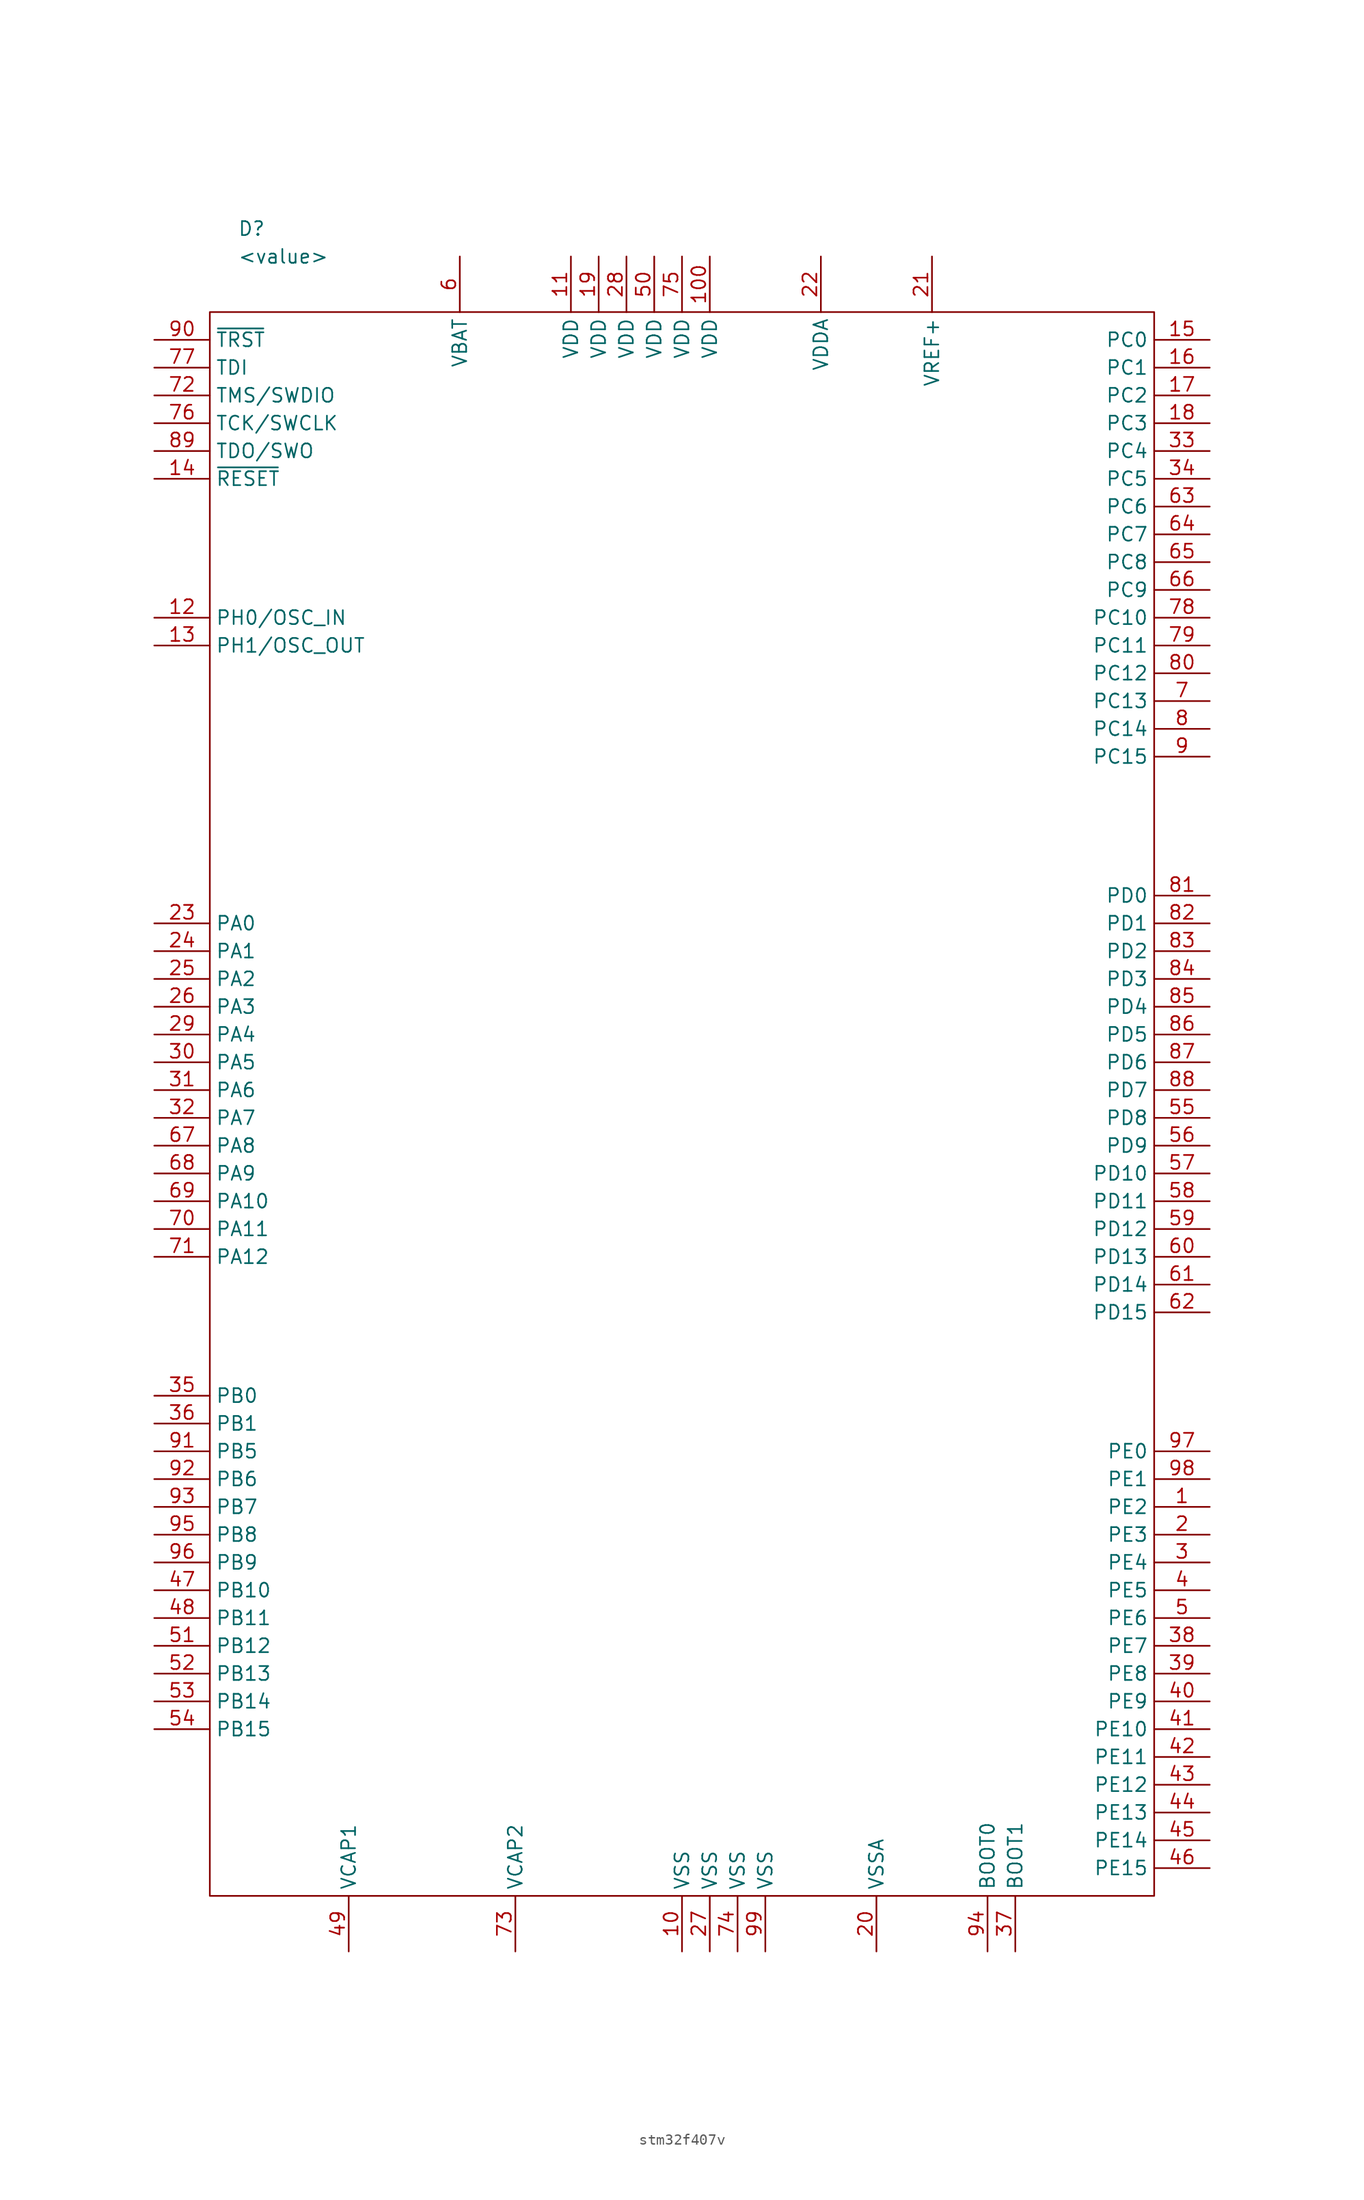
<source format=kicad_sym>
(kicad_symbol_lib
  (version 20231120)
  (generator "kicad_symbol_editor")
  (generator_version "8.0")
  (symbol "stm32f407v"
    (property "Reference" "D"
      (at 7.62 7.62 0)
      (effects (font (size 1.27 1.27)) (justify left)))
    (property "Value" "<value>"
      (at 7.62 5.08 0)
      (effects (font (size 1.27 1.27)) (justify left)))
    (symbol "stm32f407v_0_1"
      (rectangle (start 5.08 0) (end 91.44 -144.78) (stroke (width 0) (type default)) (fill (type none))))
    (symbol "stm32f407v_1_1"
      (pin passive line (at 96.52 -109.22 180) (length 5.08) (name "PE2" (effects (font (size 1.27 1.27)))) (number "1" (effects (font (size 1.27 1.27)))))
      (pin power_in line (at 48.26 -149.86 90) (length 5.08) (name "VSS" (effects (font (size 1.27 1.27)))) (number "10" (effects (font (size 1.27 1.27)))))
      (pin power_in line (at 50.8 5.08 270) (length 5.08) (name "VDD" (effects (font (size 1.27 1.27)))) (number "100" (effects (font (size 1.27 1.27)))))
      (pin power_in line (at 38.1 5.08 270) (length 5.08) (name "VDD" (effects (font (size 1.27 1.27)))) (number "11" (effects (font (size 1.27 1.27)))))
      (pin input line (at 0 -27.94 0) (length 5.08) (name "PH0/OSC_IN" (effects (font (size 1.27 1.27)))) (number "12" (effects (font (size 1.27 1.27)))))
      (pin output line (at 0 -30.48 0) (length 5.08) (name "PH1/OSC_OUT" (effects (font (size 1.27 1.27)))) (number "13" (effects (font (size 1.27 1.27)))))
      (pin bidirectional line (at 0 -15.24 0) (length 5.08) (name "~{RESET}" (effects (font (size 1.27 1.27)))) (number "14" (effects (font (size 1.27 1.27)))))
      (pin passive line (at 96.52 -2.54 180) (length 5.08) (name "PC0" (effects (font (size 1.27 1.27)))) (number "15" (effects (font (size 1.27 1.27)))))
      (pin passive line (at 96.52 -5.08 180) (length 5.08) (name "PC1" (effects (font (size 1.27 1.27)))) (number "16" (effects (font (size 1.27 1.27)))))
      (pin passive line (at 96.52 -7.62 180) (length 5.08) (name "PC2" (effects (font (size 1.27 1.27)))) (number "17" (effects (font (size 1.27 1.27)))))
      (pin passive line (at 96.52 -10.16 180) (length 5.08) (name "PC3" (effects (font (size 1.27 1.27)))) (number "18" (effects (font (size 1.27 1.27)))))
      (pin power_in line (at 40.64 5.08 270) (length 5.08) (name "VDD" (effects (font (size 1.27 1.27)))) (number "19" (effects (font (size 1.27 1.27)))))
      (pin passive line (at 96.52 -111.76 180) (length 5.08) (name "PE3" (effects (font (size 1.27 1.27)))) (number "2" (effects (font (size 1.27 1.27)))))
      (pin power_in line (at 66.04 -149.86 90) (length 5.08) (name "VSSA" (effects (font (size 1.27 1.27)))) (number "20" (effects (font (size 1.27 1.27)))))
      (pin input line (at 71.12 5.08 270) (length 5.08) (name "VREF+" (effects (font (size 1.27 1.27)))) (number "21" (effects (font (size 1.27 1.27)))))
      (pin power_in line (at 60.96 5.08 270) (length 5.08) (name "VDDA" (effects (font (size 1.27 1.27)))) (number "22" (effects (font (size 1.27 1.27)))))
      (pin passive line (at 0 -55.88 0) (length 5.08) (name "PA0" (effects (font (size 1.27 1.27)))) (number "23" (effects (font (size 1.27 1.27)))))
      (pin passive line (at 0 -58.42 0) (length 5.08) (name "PA1" (effects (font (size 1.27 1.27)))) (number "24" (effects (font (size 1.27 1.27)))))
      (pin passive line (at 0 -60.96 0) (length 5.08) (name "PA2" (effects (font (size 1.27 1.27)))) (number "25" (effects (font (size 1.27 1.27)))))
      (pin passive line (at 0 -63.5 0) (length 5.08) (name "PA3" (effects (font (size 1.27 1.27)))) (number "26" (effects (font (size 1.27 1.27)))))
      (pin power_in line (at 50.8 -149.86 90) (length 5.08) (name "VSS" (effects (font (size 1.27 1.27)))) (number "27" (effects (font (size 1.27 1.27)))))
      (pin power_in line (at 43.18 5.08 270) (length 5.08) (name "VDD" (effects (font (size 1.27 1.27)))) (number "28" (effects (font (size 1.27 1.27)))))
      (pin passive line (at 0 -66.04 0) (length 5.08) (name "PA4" (effects (font (size 1.27 1.27)))) (number "29" (effects (font (size 1.27 1.27)))))
      (pin passive line (at 96.52 -114.3 180) (length 5.08) (name "PE4" (effects (font (size 1.27 1.27)))) (number "3" (effects (font (size 1.27 1.27)))))
      (pin passive line (at 0 -68.58 0) (length 5.08) (name "PA5" (effects (font (size 1.27 1.27)))) (number "30" (effects (font (size 1.27 1.27)))))
      (pin passive line (at 0 -71.12 0) (length 5.08) (name "PA6" (effects (font (size 1.27 1.27)))) (number "31" (effects (font (size 1.27 1.27)))))
      (pin passive line (at 0 -73.66 0) (length 5.08) (name "PA7" (effects (font (size 1.27 1.27)))) (number "32" (effects (font (size 1.27 1.27)))))
      (pin passive line (at 96.52 -12.7 180) (length 5.08) (name "PC4" (effects (font (size 1.27 1.27)))) (number "33" (effects (font (size 1.27 1.27)))))
      (pin passive line (at 96.52 -15.24 180) (length 5.08) (name "PC5" (effects (font (size 1.27 1.27)))) (number "34" (effects (font (size 1.27 1.27)))))
      (pin passive line (at 0 -99.06 0) (length 5.08) (name "PB0" (effects (font (size 1.27 1.27)))) (number "35" (effects (font (size 1.27 1.27)))))
      (pin passive line (at 0 -101.6 0) (length 5.08) (name "PB1" (effects (font (size 1.27 1.27)))) (number "36" (effects (font (size 1.27 1.27)))))
      (pin input line (at 78.74 -149.86 90) (length 5.08) (name "BOOT1" (effects (font (size 1.27 1.27)))) (number "37" (effects (font (size 1.27 1.27)))))
      (pin passive line (at 96.52 -121.92 180) (length 5.08) (name "PE7" (effects (font (size 1.27 1.27)))) (number "38" (effects (font (size 1.27 1.27)))))
      (pin passive line (at 96.52 -124.46 180) (length 5.08) (name "PE8" (effects (font (size 1.27 1.27)))) (number "39" (effects (font (size 1.27 1.27)))))
      (pin passive line (at 96.52 -116.84 180) (length 5.08) (name "PE5" (effects (font (size 1.27 1.27)))) (number "4" (effects (font (size 1.27 1.27)))))
      (pin passive line (at 96.52 -127 180) (length 5.08) (name "PE9" (effects (font (size 1.27 1.27)))) (number "40" (effects (font (size 1.27 1.27)))))
      (pin passive line (at 96.52 -129.54 180) (length 5.08) (name "PE10" (effects (font (size 1.27 1.27)))) (number "41" (effects (font (size 1.27 1.27)))))
      (pin passive line (at 96.52 -132.08 180) (length 5.08) (name "PE11" (effects (font (size 1.27 1.27)))) (number "42" (effects (font (size 1.27 1.27)))))
      (pin passive line (at 96.52 -134.62 180) (length 5.08) (name "PE12" (effects (font (size 1.27 1.27)))) (number "43" (effects (font (size 1.27 1.27)))))
      (pin passive line (at 96.52 -137.16 180) (length 5.08) (name "PE13" (effects (font (size 1.27 1.27)))) (number "44" (effects (font (size 1.27 1.27)))))
      (pin passive line (at 96.52 -139.7 180) (length 5.08) (name "PE14" (effects (font (size 1.27 1.27)))) (number "45" (effects (font (size 1.27 1.27)))))
      (pin passive line (at 96.52 -142.24 180) (length 5.08) (name "PE15" (effects (font (size 1.27 1.27)))) (number "46" (effects (font (size 1.27 1.27)))))
      (pin passive line (at 0 -116.84 0) (length 5.08) (name "PB10" (effects (font (size 1.27 1.27)))) (number "47" (effects (font (size 1.27 1.27)))))
      (pin passive line (at 0 -119.38 0) (length 5.08) (name "PB11" (effects (font (size 1.27 1.27)))) (number "48" (effects (font (size 1.27 1.27)))))
      (pin passive line (at 17.78 -149.86 90) (length 5.08) (name "VCAP1" (effects (font (size 1.27 1.27)))) (number "49" (effects (font (size 1.27 1.27)))))
      (pin passive line (at 96.52 -119.38 180) (length 5.08) (name "PE6" (effects (font (size 1.27 1.27)))) (number "5" (effects (font (size 1.27 1.27)))))
      (pin power_in line (at 45.72 5.08 270) (length 5.08) (name "VDD" (effects (font (size 1.27 1.27)))) (number "50" (effects (font (size 1.27 1.27)))))
      (pin passive line (at 0 -121.92 0) (length 5.08) (name "PB12" (effects (font (size 1.27 1.27)))) (number "51" (effects (font (size 1.27 1.27)))))
      (pin passive line (at 0 -124.46 0) (length 5.08) (name "PB13" (effects (font (size 1.27 1.27)))) (number "52" (effects (font (size 1.27 1.27)))))
      (pin passive line (at 0 -127 0) (length 5.08) (name "PB14" (effects (font (size 1.27 1.27)))) (number "53" (effects (font (size 1.27 1.27)))))
      (pin passive line (at 0 -129.54 0) (length 5.08) (name "PB15" (effects (font (size 1.27 1.27)))) (number "54" (effects (font (size 1.27 1.27)))))
      (pin passive line (at 96.52 -73.66 180) (length 5.08) (name "PD8" (effects (font (size 1.27 1.27)))) (number "55" (effects (font (size 1.27 1.27)))))
      (pin passive line (at 96.52 -76.2 180) (length 5.08) (name "PD9" (effects (font (size 1.27 1.27)))) (number "56" (effects (font (size 1.27 1.27)))))
      (pin passive line (at 96.52 -78.74 180) (length 5.08) (name "PD10" (effects (font (size 1.27 1.27)))) (number "57" (effects (font (size 1.27 1.27)))))
      (pin passive line (at 96.52 -81.28 180) (length 5.08) (name "PD11" (effects (font (size 1.27 1.27)))) (number "58" (effects (font (size 1.27 1.27)))))
      (pin passive line (at 96.52 -83.82 180) (length 5.08) (name "PD12" (effects (font (size 1.27 1.27)))) (number "59" (effects (font (size 1.27 1.27)))))
      (pin power_in line (at 27.94 5.08 270) (length 5.08) (name "VBAT" (effects (font (size 1.27 1.27)))) (number "6" (effects (font (size 1.27 1.27)))))
      (pin passive line (at 96.52 -86.36 180) (length 5.08) (name "PD13" (effects (font (size 1.27 1.27)))) (number "60" (effects (font (size 1.27 1.27)))))
      (pin passive line (at 96.52 -88.9 180) (length 5.08) (name "PD14" (effects (font (size 1.27 1.27)))) (number "61" (effects (font (size 1.27 1.27)))))
      (pin passive line (at 96.52 -91.44 180) (length 5.08) (name "PD15" (effects (font (size 1.27 1.27)))) (number "62" (effects (font (size 1.27 1.27)))))
      (pin passive line (at 96.52 -17.78 180) (length 5.08) (name "PC6" (effects (font (size 1.27 1.27)))) (number "63" (effects (font (size 1.27 1.27)))))
      (pin passive line (at 96.52 -20.32 180) (length 5.08) (name "PC7" (effects (font (size 1.27 1.27)))) (number "64" (effects (font (size 1.27 1.27)))))
      (pin passive line (at 96.52 -22.86 180) (length 5.08) (name "PC8" (effects (font (size 1.27 1.27)))) (number "65" (effects (font (size 1.27 1.27)))))
      (pin passive line (at 96.52 -25.4 180) (length 5.08) (name "PC9" (effects (font (size 1.27 1.27)))) (number "66" (effects (font (size 1.27 1.27)))))
      (pin passive line (at 0 -76.2 0) (length 5.08) (name "PA8" (effects (font (size 1.27 1.27)))) (number "67" (effects (font (size 1.27 1.27)))))
      (pin passive line (at 0 -78.74 0) (length 5.08) (name "PA9" (effects (font (size 1.27 1.27)))) (number "68" (effects (font (size 1.27 1.27)))))
      (pin passive line (at 0 -81.28 0) (length 5.08) (name "PA10" (effects (font (size 1.27 1.27)))) (number "69" (effects (font (size 1.27 1.27)))))
      (pin passive line (at 96.52 -35.56 180) (length 5.08) (name "PC13" (effects (font (size 1.27 1.27)))) (number "7" (effects (font (size 1.27 1.27)))))
      (pin passive line (at 0 -83.82 0) (length 5.08) (name "PA11" (effects (font (size 1.27 1.27)))) (number "70" (effects (font (size 1.27 1.27)))))
      (pin passive line (at 0 -86.36 0) (length 5.08) (name "PA12" (effects (font (size 1.27 1.27)))) (number "71" (effects (font (size 1.27 1.27)))))
      (pin bidirectional line (at 0 -7.62 0) (length 5.08) (name "TMS/SWDIO" (effects (font (size 1.27 1.27)))) (number "72" (effects (font (size 1.27 1.27)))))
      (pin passive line (at 33.02 -149.86 90) (length 5.08) (name "VCAP2" (effects (font (size 1.27 1.27)))) (number "73" (effects (font (size 1.27 1.27)))))
      (pin power_in line (at 53.34 -149.86 90) (length 5.08) (name "VSS" (effects (font (size 1.27 1.27)))) (number "74" (effects (font (size 1.27 1.27)))))
      (pin power_in line (at 48.26 5.08 270) (length 5.08) (name "VDD" (effects (font (size 1.27 1.27)))) (number "75" (effects (font (size 1.27 1.27)))))
      (pin input line (at 0 -10.16 0) (length 5.08) (name "TCK/SWCLK" (effects (font (size 1.27 1.27)))) (number "76" (effects (font (size 1.27 1.27)))))
      (pin input line (at 0 -5.08 0) (length 5.08) (name "TDI" (effects (font (size 1.27 1.27)))) (number "77" (effects (font (size 1.27 1.27)))))
      (pin passive line (at 96.52 -27.94 180) (length 5.08) (name "PC10" (effects (font (size 1.27 1.27)))) (number "78" (effects (font (size 1.27 1.27)))))
      (pin passive line (at 96.52 -30.48 180) (length 5.08) (name "PC11" (effects (font (size 1.27 1.27)))) (number "79" (effects (font (size 1.27 1.27)))))
      (pin passive line (at 96.52 -38.1 180) (length 5.08) (name "PC14" (effects (font (size 1.27 1.27)))) (number "8" (effects (font (size 1.27 1.27)))))
      (pin passive line (at 96.52 -33.02 180) (length 5.08) (name "PC12" (effects (font (size 1.27 1.27)))) (number "80" (effects (font (size 1.27 1.27)))))
      (pin passive line (at 96.52 -53.34 180) (length 5.08) (name "PD0" (effects (font (size 1.27 1.27)))) (number "81" (effects (font (size 1.27 1.27)))))
      (pin passive line (at 96.52 -55.88 180) (length 5.08) (name "PD1" (effects (font (size 1.27 1.27)))) (number "82" (effects (font (size 1.27 1.27)))))
      (pin passive line (at 96.52 -58.42 180) (length 5.08) (name "PD2" (effects (font (size 1.27 1.27)))) (number "83" (effects (font (size 1.27 1.27)))))
      (pin passive line (at 96.52 -60.96 180) (length 5.08) (name "PD3" (effects (font (size 1.27 1.27)))) (number "84" (effects (font (size 1.27 1.27)))))
      (pin passive line (at 96.52 -63.5 180) (length 5.08) (name "PD4" (effects (font (size 1.27 1.27)))) (number "85" (effects (font (size 1.27 1.27)))))
      (pin passive line (at 96.52 -66.04 180) (length 5.08) (name "PD5" (effects (font (size 1.27 1.27)))) (number "86" (effects (font (size 1.27 1.27)))))
      (pin passive line (at 96.52 -68.58 180) (length 5.08) (name "PD6" (effects (font (size 1.27 1.27)))) (number "87" (effects (font (size 1.27 1.27)))))
      (pin passive line (at 96.52 -71.12 180) (length 5.08) (name "PD7" (effects (font (size 1.27 1.27)))) (number "88" (effects (font (size 1.27 1.27)))))
      (pin output line (at 0 -12.7 0) (length 5.08) (name "TDO/SWO" (effects (font (size 1.27 1.27)))) (number "89" (effects (font (size 1.27 1.27)))))
      (pin passive line (at 96.52 -40.64 180) (length 5.08) (name "PC15" (effects (font (size 1.27 1.27)))) (number "9" (effects (font (size 1.27 1.27)))))
      (pin input line (at 0 -2.54 0) (length 5.08) (name "~{TRST}" (effects (font (size 1.27 1.27)))) (number "90" (effects (font (size 1.27 1.27)))))
      (pin passive line (at 0 -104.14 0) (length 5.08) (name "PB5" (effects (font (size 1.27 1.27)))) (number "91" (effects (font (size 1.27 1.27)))))
      (pin passive line (at 0 -106.68 0) (length 5.08) (name "PB6" (effects (font (size 1.27 1.27)))) (number "92" (effects (font (size 1.27 1.27)))))
      (pin passive line (at 0 -109.22 0) (length 5.08) (name "PB7" (effects (font (size 1.27 1.27)))) (number "93" (effects (font (size 1.27 1.27)))))
      (pin input line (at 76.2 -149.86 90) (length 5.08) (name "BOOT0" (effects (font (size 1.27 1.27)))) (number "94" (effects (font (size 1.27 1.27)))))
      (pin passive line (at 0 -111.76 0) (length 5.08) (name "PB8" (effects (font (size 1.27 1.27)))) (number "95" (effects (font (size 1.27 1.27)))))
      (pin passive line (at 0 -114.3 0) (length 5.08) (name "PB9" (effects (font (size 1.27 1.27)))) (number "96" (effects (font (size 1.27 1.27)))))
      (pin passive line (at 96.52 -104.14 180) (length 5.08) (name "PE0" (effects (font (size 1.27 1.27)))) (number "97" (effects (font (size 1.27 1.27)))))
      (pin passive line (at 96.52 -106.68 180) (length 5.08) (name "PE1" (effects (font (size 1.27 1.27)))) (number "98" (effects (font (size 1.27 1.27)))))
      (pin power_in line (at 55.88 -149.86 90) (length 5.08) (name "VSS" (effects (font (size 1.27 1.27)))) (number "99" (effects (font (size 1.27 1.27))))))))
</source>
